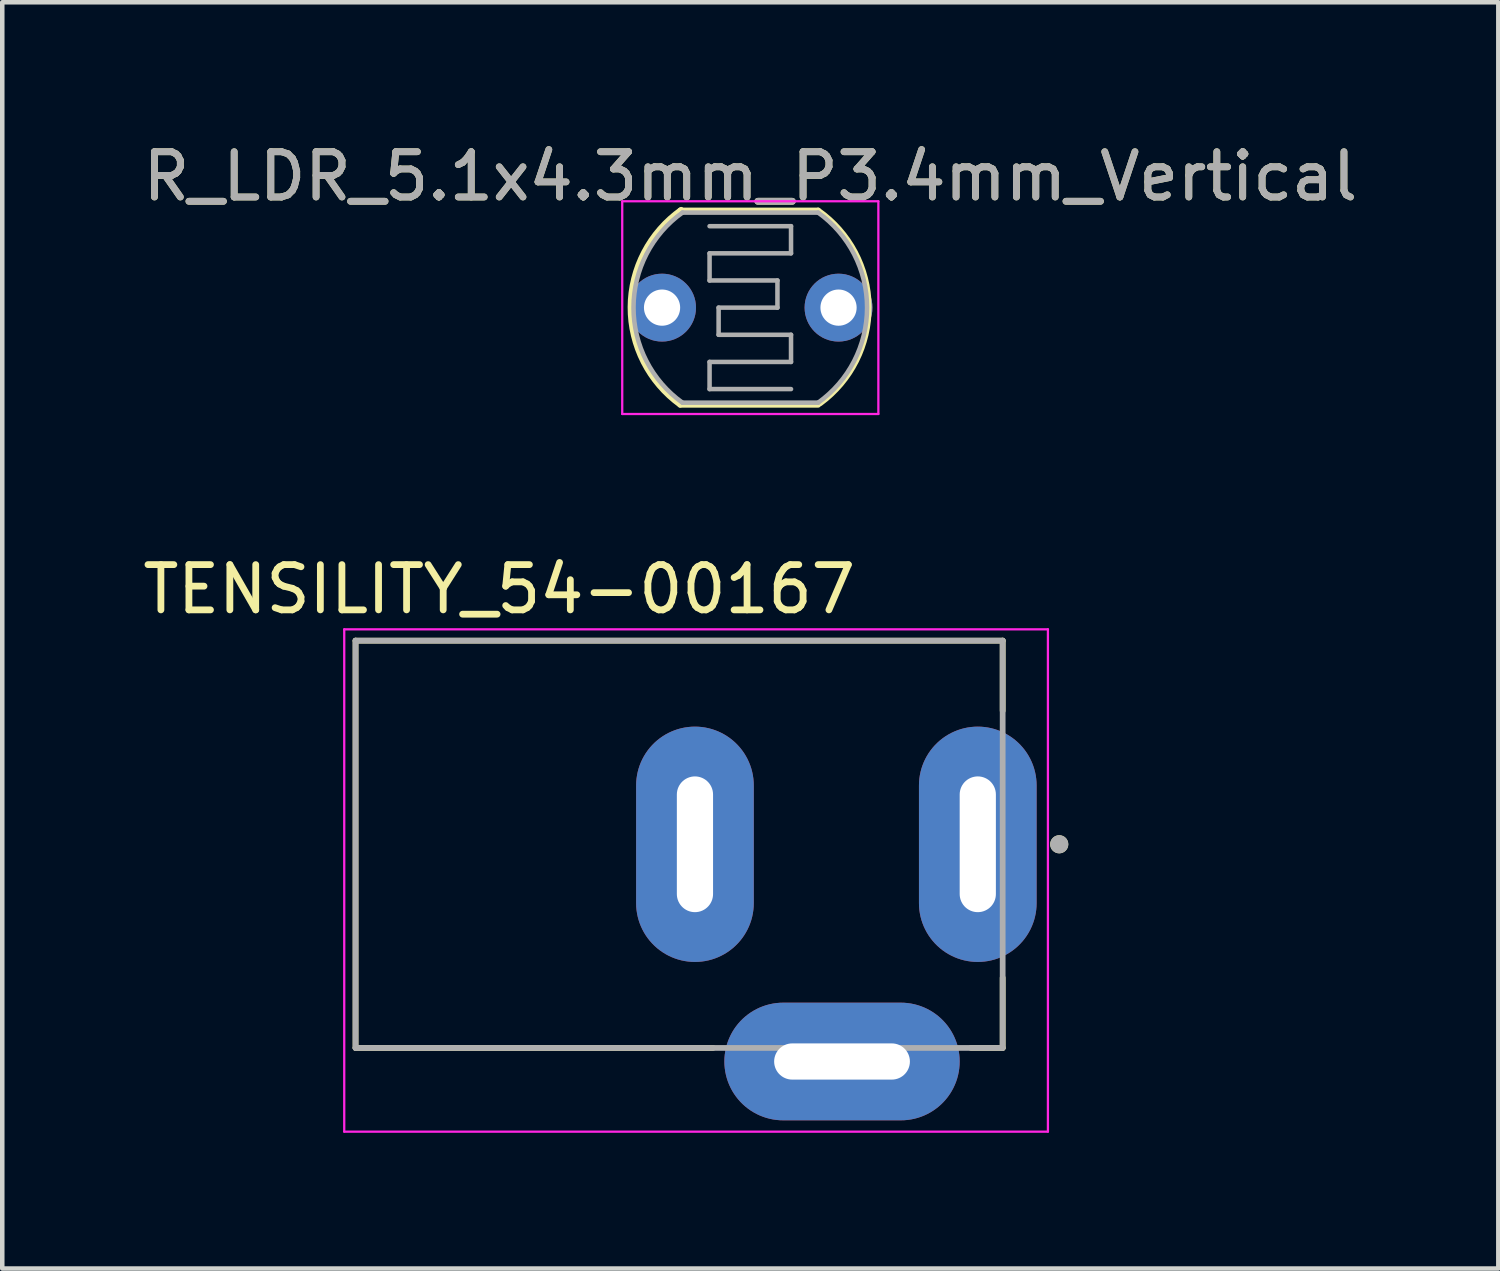
<source format=kicad_pcb>
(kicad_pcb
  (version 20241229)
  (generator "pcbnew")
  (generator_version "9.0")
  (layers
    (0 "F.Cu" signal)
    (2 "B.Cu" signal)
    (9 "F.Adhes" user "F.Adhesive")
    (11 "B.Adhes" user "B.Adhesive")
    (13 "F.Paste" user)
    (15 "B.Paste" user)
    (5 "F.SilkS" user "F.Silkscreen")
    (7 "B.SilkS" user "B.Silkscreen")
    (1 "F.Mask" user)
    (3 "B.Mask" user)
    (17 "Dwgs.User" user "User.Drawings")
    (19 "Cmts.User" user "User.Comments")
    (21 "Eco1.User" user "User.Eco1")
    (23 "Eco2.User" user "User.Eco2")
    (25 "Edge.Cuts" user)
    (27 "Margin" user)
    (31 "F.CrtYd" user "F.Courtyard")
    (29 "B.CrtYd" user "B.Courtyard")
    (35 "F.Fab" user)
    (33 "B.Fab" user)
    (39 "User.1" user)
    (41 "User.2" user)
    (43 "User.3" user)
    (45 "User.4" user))
  (footprint "TENSILITY_54-00167"
    (layer "F.Cu")
    (at 4.807 15.607)
    (property "Reference" "TENSILITY_54-00167" (at 3.175 -5.635 0) (layer "F.SilkS") (effects (font (size 1 1) (thickness 0.15))))
    (attr through_hole)
    (fp_line (start 0 -4.5) (end 14.3 -4.5) (stroke (width 0.127) (type solid)) (layer "F.SilkS"))
    (fp_line (start 0 4.5) (end 0 -4.5) (stroke (width 0.127) (type solid)) (layer "F.SilkS"))
    (fp_line (start 7.9 4.5) (end 0 4.5) (stroke (width 0.127) (type solid)) (layer "F.SilkS"))
    (fp_line (start 14.3 -4.5) (end 14.3 -2.95) (stroke (width 0.127) (type solid)) (layer "F.SilkS"))
    (fp_line (start 14.3 2.95) (end 14.3 4.5) (stroke (width 0.127) (type solid)) (layer "F.SilkS"))
    (fp_line (start 14.3 4.5) (end 13.6 4.5) (stroke (width 0.127) (type solid)) (layer "F.SilkS"))
    (fp_circle (center 15.55 0) (end 15.65 0) (stroke (width 0.2) (type solid)) (fill no) (layer "F.SilkS"))
    (fp_line (start -0.25 -4.75) (end 15.3 -4.75) (stroke (width 0.05) (type solid)) (layer "F.CrtYd"))
    (fp_line (start -0.25 6.35) (end -0.25 -4.75) (stroke (width 0.05) (type solid)) (layer "F.CrtYd"))
    (fp_line (start 15.3 -4.75) (end 15.3 6.35) (stroke (width 0.05) (type solid)) (layer "F.CrtYd"))
    (fp_line (start 15.3 6.35) (end -0.25 6.35) (stroke (width 0.05) (type solid)) (layer "F.CrtYd"))
    (fp_line (start 0 -4.5) (end 14.3 -4.5) (stroke (width 0.127) (type solid)) (layer "F.Fab"))
    (fp_line (start 0 4.5) (end 0 -4.5) (stroke (width 0.127) (type solid)) (layer "F.Fab"))
    (fp_line (start 14.3 -4.5) (end 14.3 4.5) (stroke (width 0.127) (type solid)) (layer "F.Fab"))
    (fp_line (start 14.3 4.5) (end 0 4.5) (stroke (width 0.127) (type solid)) (layer "F.Fab"))
    (fp_circle (center 15.55 0) (end 15.65 0) (stroke (width 0.2) (type solid)) (fill no) (layer "F.Fab"))
    (pad "1" thru_hole oval (at 13.75 0) (size 2.6 5.2) (drill oval 0.8 3) (layers "*.Cu" "*.Mask"))
    (pad "2" thru_hole oval (at 7.5 0) (size 2.6 5.2) (drill oval 0.8 3) (layers "*.Cu" "*.Mask"))
    (pad "3" thru_hole oval (at 10.75 4.8) (size 5.2 2.6) (drill oval 3 0.8) (layers "*.Cu" "*.Mask")))
  (footprint "R_LDR_5.1x4.3mm_P3.4mm_Vertical"
    (layer "F.Cu")
    (at 11.83 3.748)
    (property "Reference" "R_LDR_5.1x4.3mm_P3.4mm_Vertical" (at 1.7 -2.9 0) (layer "F.SilkS") (effects (font (size 1 1) (thickness 0.15))))
    (attr through_hole)
    (fp_line (start 0.15 -2.15) (end 3.2 -2.15) (stroke (width 0.12) (type solid)) (layer "F.SilkS"))
    (fp_line (start 0.15 2.15) (end 3.2 2.15) (stroke (width 0.12) (type solid)) (layer "F.SilkS"))
    (fp_arc (start 0.15 2.15) (mid -0.950438 -0.013368) (end 0.171766 -2.165525) (stroke (width 0.12) (type solid)) (layer "F.SilkS"))
    (fp_arc (start 3.2 -2.15) (mid 4.321403 -0.027338) (end 3.244513 2.118249) (stroke (width 0.12) (type solid)) (layer "F.SilkS"))
    (fp_line (start -1.13 -2.35) (end -1.13 2.35) (stroke (width 0.05) (type solid)) (layer "F.CrtYd"))
    (fp_line (start -1.13 -2.35) (end 4.53 -2.35) (stroke (width 0.05) (type solid)) (layer "F.CrtYd"))
    (fp_line (start 4.53 2.35) (end -1.13 2.35) (stroke (width 0.05) (type solid)) (layer "F.CrtYd"))
    (fp_line (start 4.53 2.35) (end 4.53 -2.35) (stroke (width 0.05) (type solid)) (layer "F.CrtYd"))
    (fp_line (start 0.2 -2.1) (end 3.2 -2.1) (stroke (width 0.1) (type solid)) (layer "F.Fab"))
    (fp_line (start 0.8 -1.8) (end 2.6 -1.8) (stroke (width 0.1) (type solid)) (layer "F.Fab"))
    (fp_line (start 0.8 -1.2) (end 0.8 -0.6) (stroke (width 0.1) (type solid)) (layer "F.Fab"))
    (fp_line (start 0.8 1.2) (end 0.8 1.8) (stroke (width 0.1) (type solid)) (layer "F.Fab"))
    (fp_line (start 0.8 1.8) (end 2.6 1.8) (stroke (width 0.1) (type solid)) (layer "F.Fab"))
    (fp_line (start 1 0) (end 1 0.6) (stroke (width 0.1) (type solid)) (layer "F.Fab"))
    (fp_line (start 1 0) (end 2.3 0) (stroke (width 0.1) (type solid)) (layer "F.Fab"))
    (fp_line (start 2.3 -0.6) (end 0.8 -0.6) (stroke (width 0.1) (type solid)) (layer "F.Fab"))
    (fp_line (start 2.3 0) (end 2.3 -0.6) (stroke (width 0.1) (type solid)) (layer "F.Fab"))
    (fp_line (start 2.6 -1.8) (end 2.6 -1.2) (stroke (width 0.1) (type solid)) (layer "F.Fab"))
    (fp_line (start 2.6 -1.2) (end 0.8 -1.2) (stroke (width 0.1) (type solid)) (layer "F.Fab"))
    (fp_line (start 2.6 0.6) (end 1 0.6) (stroke (width 0.1) (type solid)) (layer "F.Fab"))
    (fp_line (start 2.6 0.6) (end 2.6 1.2) (stroke (width 0.1) (type solid)) (layer "F.Fab"))
    (fp_line (start 2.6 1.2) (end 0.8 1.2) (stroke (width 0.1) (type solid)) (layer "F.Fab"))
    (fp_line (start 3.2 2.1) (end 0.2 2.1) (stroke (width 0.1) (type solid)) (layer "F.Fab"))
    (fp_arc (start 0.2 2.1) (mid -0.880697 -0.001697) (end 0.202763 -2.101971) (stroke (width 0.1) (type solid)) (layer "F.Fab"))
    (fp_arc (start 3.2 -2.1) (mid 4.280697 0.001697) (end 3.197237 2.101971) (stroke (width 0.1) (type solid)) (layer "F.Fab"))
    (fp_text user "${REFERENCE}" (at 1.7 -2.9 0) (layer "F.Fab") (effects (font (size 1 1) (thickness 0.15))))
    (pad "1" thru_hole circle (at -0.25 0) (size 1.5 1.5) (drill 0.8) (layers "*.Cu" "*.Mask"))
    (pad "2" thru_hole circle (at 3.65 0) (size 1.5 1.5) (drill 0.8) (layers "*.Cu" "*.Mask")))
  (gr_rect
    (start -3 -3)
    (end 30.06 24.982)
    (stroke (width 0.1) (type default))
    (fill no)
    (layer "Edge.Cuts")))
</source>
